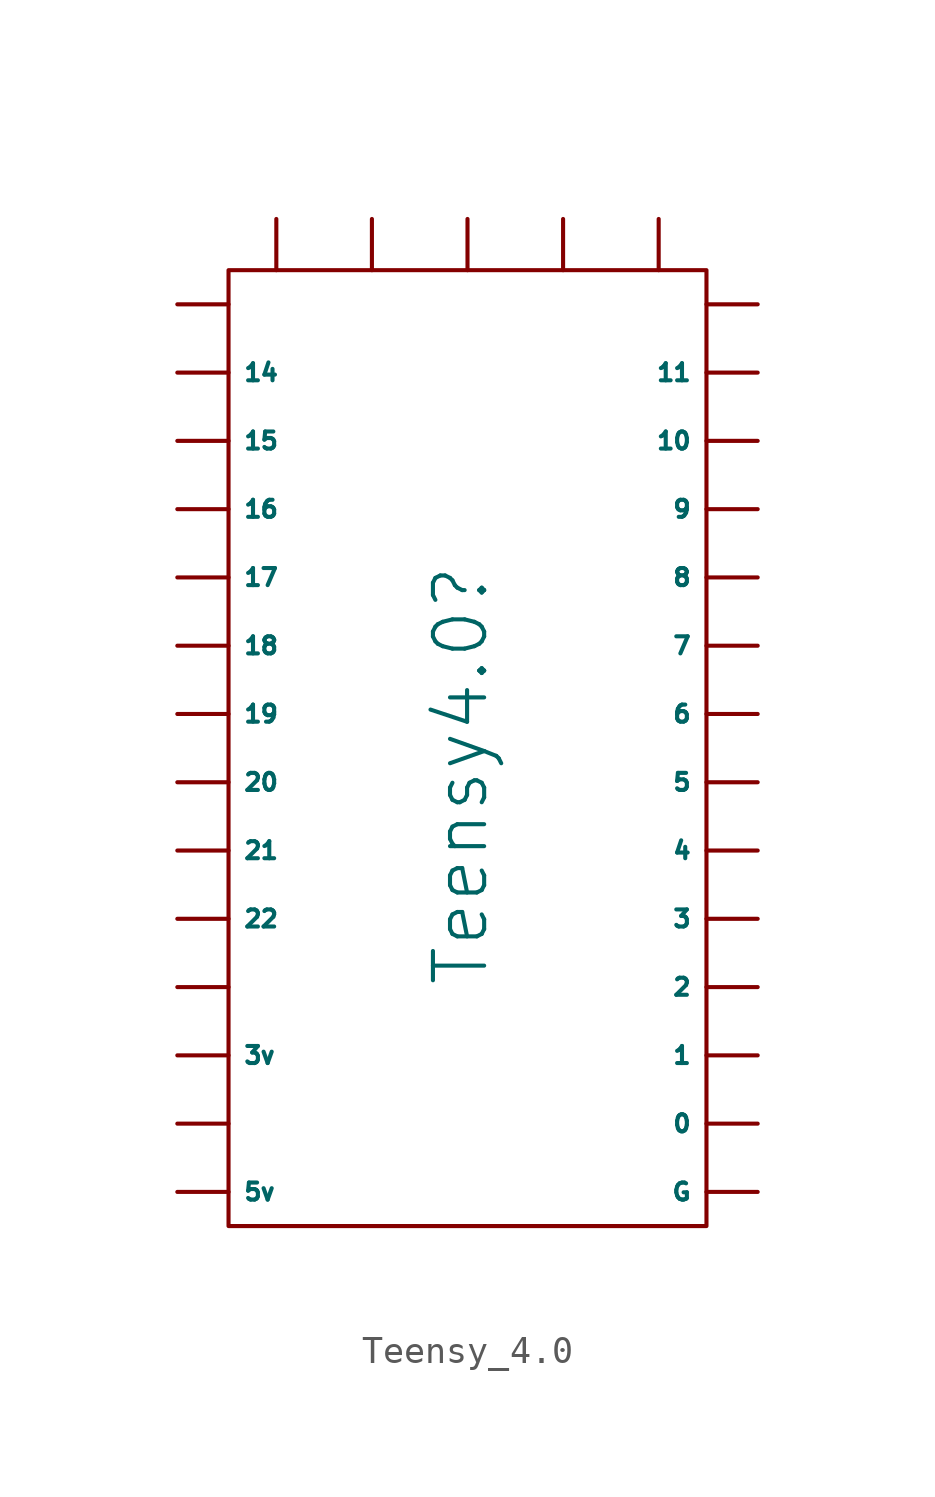
<source format=kicad_sym>
(kicad_symbol_lib
  (version 20241209)
  (generator "kicad_symbol_editor")
  (generator_version "9.0")
  (symbol "Teensy_4.0"
    (property "Reference" "Teensy4.0"
      (at -0.254 -6.096 90)
      (effects (font (size 1.905 1.905))))
    (property "Value" ""
      (at 0 0 0)
      (effects (font (size 1.27 1.27))))
    (symbol "Teensy_4.0_0_1"
      (rectangle (start -8.89 12.7) (end 8.89 -22.86) (stroke (width 0) (type solid)) (fill (type none))))
    (symbol "Teensy_4.0_1_1"
      (pin input line (at -10.795 11.43 0) (length 1.905) (name "" (effects (font (size 0.635 0.635)))) (number "" (effects (font (size 0.635 0.635)))))
      (pin input line (at -10.795 8.89 0) (length 1.905) (name "14" (effects (font (size 0.635 0.635)))) (number "" (effects (font (size 0.635 0.635)))))
      (pin input line (at -10.795 6.35 0) (length 1.905) (name "15" (effects (font (size 0.635 0.635)))) (number "" (effects (font (size 0.635 0.635)))))
      (pin input line (at -10.795 3.81 0) (length 1.905) (name "16" (effects (font (size 0.635 0.635)))) (number "" (effects (font (size 0.635 0.635)))))
      (pin input line (at -10.795 1.27 0) (length 1.905) (name "17" (effects (font (size 0.635 0.635)))) (number "" (effects (font (size 0.635 0.635)))))
      (pin input line (at -10.795 -1.27 0) (length 1.905) (name "18" (effects (font (size 0.635 0.635)))) (number "" (effects (font (size 0.635 0.635)))))
      (pin input line (at -10.795 -3.81 0) (length 1.905) (name "19" (effects (font (size 0.635 0.635)))) (number "" (effects (font (size 0.635 0.635)))))
      (pin input line (at -10.795 -6.35 0) (length 1.905) (name "20" (effects (font (size 0.635 0.635)))) (number "" (effects (font (size 0.635 0.635)))))
      (pin input line (at -10.795 -8.89 0) (length 1.905) (name "21" (effects (font (size 0.635 0.635)))) (number "" (effects (font (size 0.635 0.635)))))
      (pin input line (at -10.795 -11.43 0) (length 1.905) (name "22" (effects (font (size 0.635 0.635)))) (number "" (effects (font (size 0.635 0.635)))))
      (pin input line (at -10.795 -13.97 0) (length 1.905) (name "" (effects (font (size 0.635 0.635)))) (number "" (effects (font (size 0.635 0.635)))))
      (pin input line (at -10.795 -16.51 0) (length 1.905) (name "3v" (effects (font (size 0.635 0.635)))) (number "" (effects (font (size 0.635 0.635)))))
      (pin input line (at -10.795 -19.05 0) (length 1.905) (name "" (effects (font (size 0.635 0.635)))) (number "" (effects (font (size 0.635 0.635)))))
      (pin input line (at -10.795 -21.59 0) (length 1.905) (name "5v" (effects (font (size 0.635 0.635)))) (number "" (effects (font (size 0.635 0.635)))))
      (pin input line (at -7.112 14.605 270) (length 1.905) (name "" (effects (font (size 0.635 0.635)))) (number "" (effects (font (size 0.635 0.635)))))
      (pin input line (at -3.556 14.605 270) (length 1.905) (name "" (effects (font (size 0.635 0.635)))) (number "" (effects (font (size 0.635 0.635)))))
      (pin input line (at 0 14.605 270) (length 1.905) (name "" (effects (font (size 0.635 0.635)))) (number "" (effects (font (size 0.635 0.635)))))
      (pin input line (at 3.556 14.605 270) (length 1.905) (name "" (effects (font (size 0.635 0.635)))) (number "" (effects (font (size 0.635 0.635)))))
      (pin input line (at 7.112 14.605 270) (length 1.905) (name "" (effects (font (size 0.635 0.635)))) (number "" (effects (font (size 0.635 0.635)))))
      (pin input line (at 10.795 11.43 180) (length 1.905) (name "" (effects (font (size 0.635 0.635)))) (number "" (effects (font (size 0.635 0.635)))))
      (pin input line (at 10.795 8.89 180) (length 1.905) (name "11" (effects (font (size 0.635 0.635)))) (number "" (effects (font (size 0.635 0.635)))))
      (pin input line (at 10.795 6.35 180) (length 1.905) (name "10" (effects (font (size 0.635 0.635)))) (number "" (effects (font (size 0.635 0.635)))))
      (pin input line (at 10.795 3.81 180) (length 1.905) (name "9" (effects (font (size 0.635 0.635)))) (number "" (effects (font (size 0.635 0.635)))))
      (pin input line (at 10.795 1.27 180) (length 1.905) (name "8" (effects (font (size 0.635 0.635)))) (number "" (effects (font (size 0.635 0.635)))))
      (pin input line (at 10.795 -1.27 180) (length 1.905) (name "7" (effects (font (size 0.635 0.635)))) (number "" (effects (font (size 0.635 0.635)))))
      (pin input line (at 10.795 -3.81 180) (length 1.905) (name "6" (effects (font (size 0.635 0.635)))) (number "" (effects (font (size 0.635 0.635)))))
      (pin input line (at 10.795 -6.35 180) (length 1.905) (name "5" (effects (font (size 0.635 0.635)))) (number "" (effects (font (size 0.635 0.635)))))
      (pin input line (at 10.795 -8.89 180) (length 1.905) (name "4" (effects (font (size 0.635 0.635)))) (number "" (effects (font (size 0.635 0.635)))))
      (pin input line (at 10.795 -11.43 180) (length 1.905) (name "3" (effects (font (size 0.635 0.635)))) (number "" (effects (font (size 0.635 0.635)))))
      (pin input line (at 10.795 -13.97 180) (length 1.905) (name "2" (effects (font (size 0.635 0.635)))) (number "" (effects (font (size 0.635 0.635)))))
      (pin input line (at 10.795 -16.51 180) (length 1.905) (name "1" (effects (font (size 0.635 0.635)))) (number "" (effects (font (size 0.635 0.635)))))
      (pin input line (at 10.795 -19.05 180) (length 1.905) (name "0" (effects (font (size 0.635 0.635)))) (number "" (effects (font (size 0.635 0.635)))))
      (pin input line (at 10.795 -21.59 180) (length 1.905) (name "G" (effects (font (size 0.635 0.635)))) (number "" (effects (font (size 0.635 0.635))))))))
</source>
